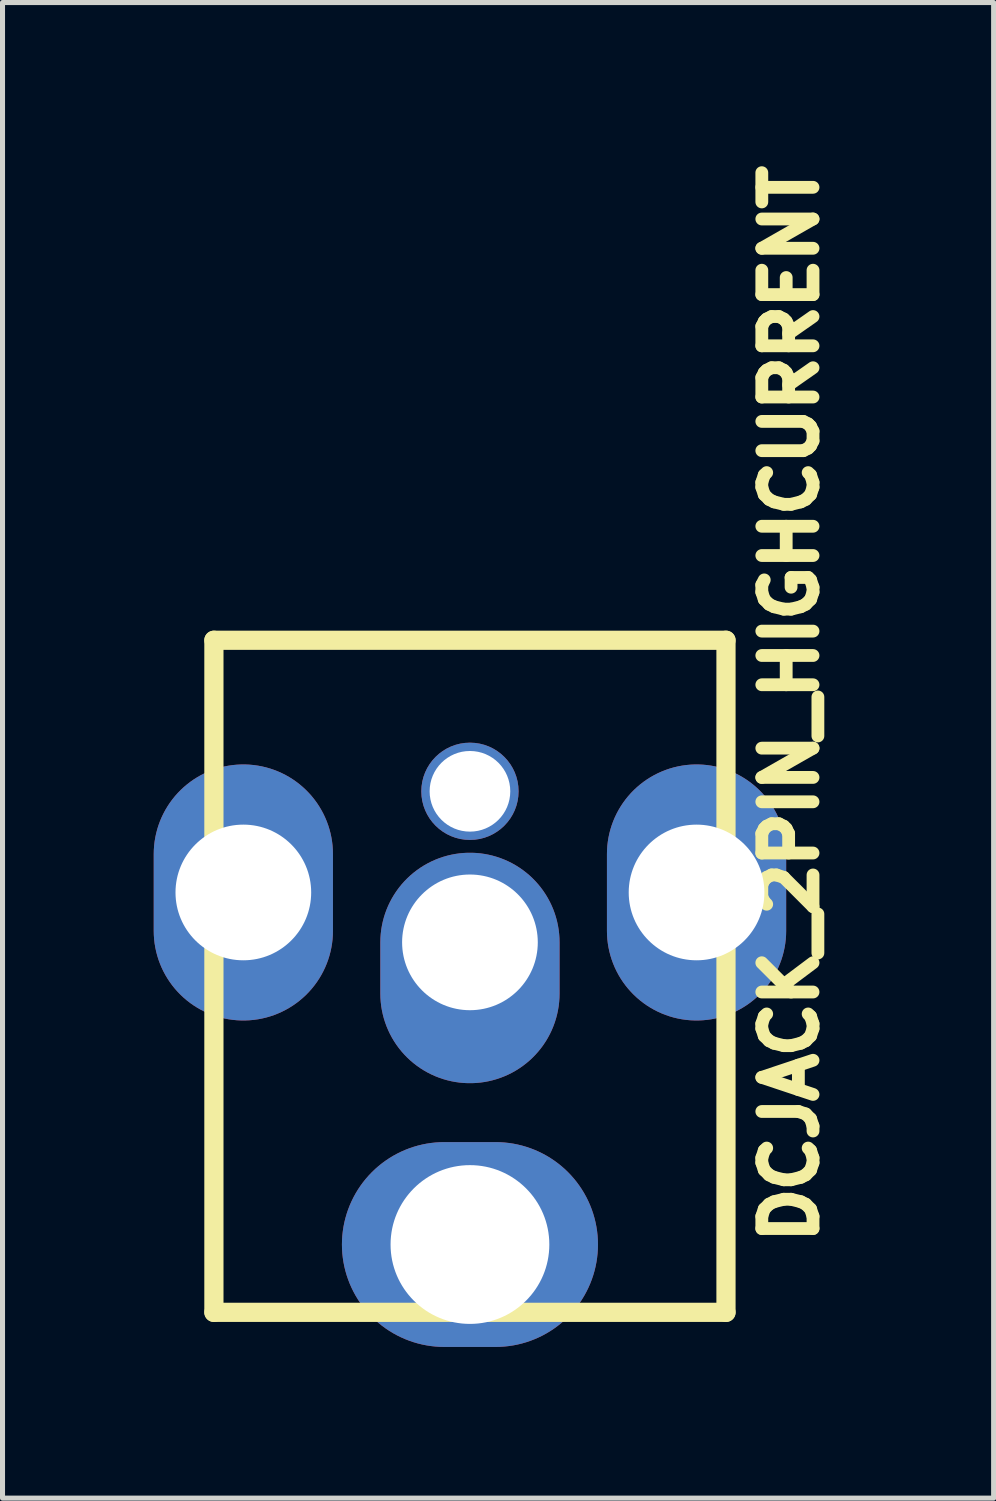
<source format=kicad_pcb>
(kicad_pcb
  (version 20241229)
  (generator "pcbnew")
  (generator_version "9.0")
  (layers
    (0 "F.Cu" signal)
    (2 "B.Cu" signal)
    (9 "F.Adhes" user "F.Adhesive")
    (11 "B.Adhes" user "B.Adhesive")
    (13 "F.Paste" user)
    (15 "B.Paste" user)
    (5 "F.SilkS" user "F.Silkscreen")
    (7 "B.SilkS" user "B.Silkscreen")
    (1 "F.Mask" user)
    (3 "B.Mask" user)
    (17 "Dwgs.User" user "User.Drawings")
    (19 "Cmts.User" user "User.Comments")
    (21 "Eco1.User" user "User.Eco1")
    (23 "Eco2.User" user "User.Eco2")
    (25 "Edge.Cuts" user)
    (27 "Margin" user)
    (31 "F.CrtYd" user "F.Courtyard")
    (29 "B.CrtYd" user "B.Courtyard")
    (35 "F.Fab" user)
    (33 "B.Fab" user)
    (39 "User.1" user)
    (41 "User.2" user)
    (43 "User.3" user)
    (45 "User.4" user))
  (footprint "DCJACK_2PIN_HIGHCURRENT"
    (layer "F.Cu")
    (at 6.274 9.653)
    (property "Reference" "DCJACK_2PIN_HIGHCURRENT" (at 6.35 1.27 90) (layer "F.SilkS") (effects (font (size 1.016 1.016) (thickness 0.254))))
    (attr through_hole)
    (fp_line (start -5.08 0) (end 5.08 0) (stroke (width 0.381) (type solid)) (layer "F.SilkS"))
    (fp_line (start -5.08 13.335) (end -5.08 0) (stroke (width 0.381) (type solid)) (layer "F.SilkS"))
    (fp_line (start -5.08 13.335) (end 5.08 13.335) (stroke (width 0.381) (type solid)) (layer "F.SilkS"))
    (fp_line (start 5.08 13.335) (end 5.08 0) (stroke (width 0.381) (type solid)) (layer "F.SilkS"))
    (pad "" thru_hole oval (at -4.496 5.004) (size 3.556 5.08) (drill 2.692) (layers "*.Cu" "*.Mask"))
    (pad "" thru_hole circle (at 0 2.997) (size 1.93 1.93) (drill 1.6) (layers "*.Cu" "*.Mask"))
    (pad "" thru_hole oval (at 4.496 5.004) (size 3.556 5.08) (drill 2.692) (layers "*.Cu" "*.Mask"))
    (pad "1" thru_hole oval (at 0 11.989) (size 5.08 4.064) (drill 3.15) (layers "*.Cu" "*.Mask"))
    (pad "2" thru_hole oval (at 0 5.994) (size 3.556 4.572) (drill 2.692 (offset 0 0.508)) (layers "*.Cu" "*.Mask")))
  (gr_rect
    (start -3 -3)
    (end 16.664 26.674)
    (stroke (width 0.1) (type default))
    (fill no)
    (layer "Edge.Cuts")))
</source>
